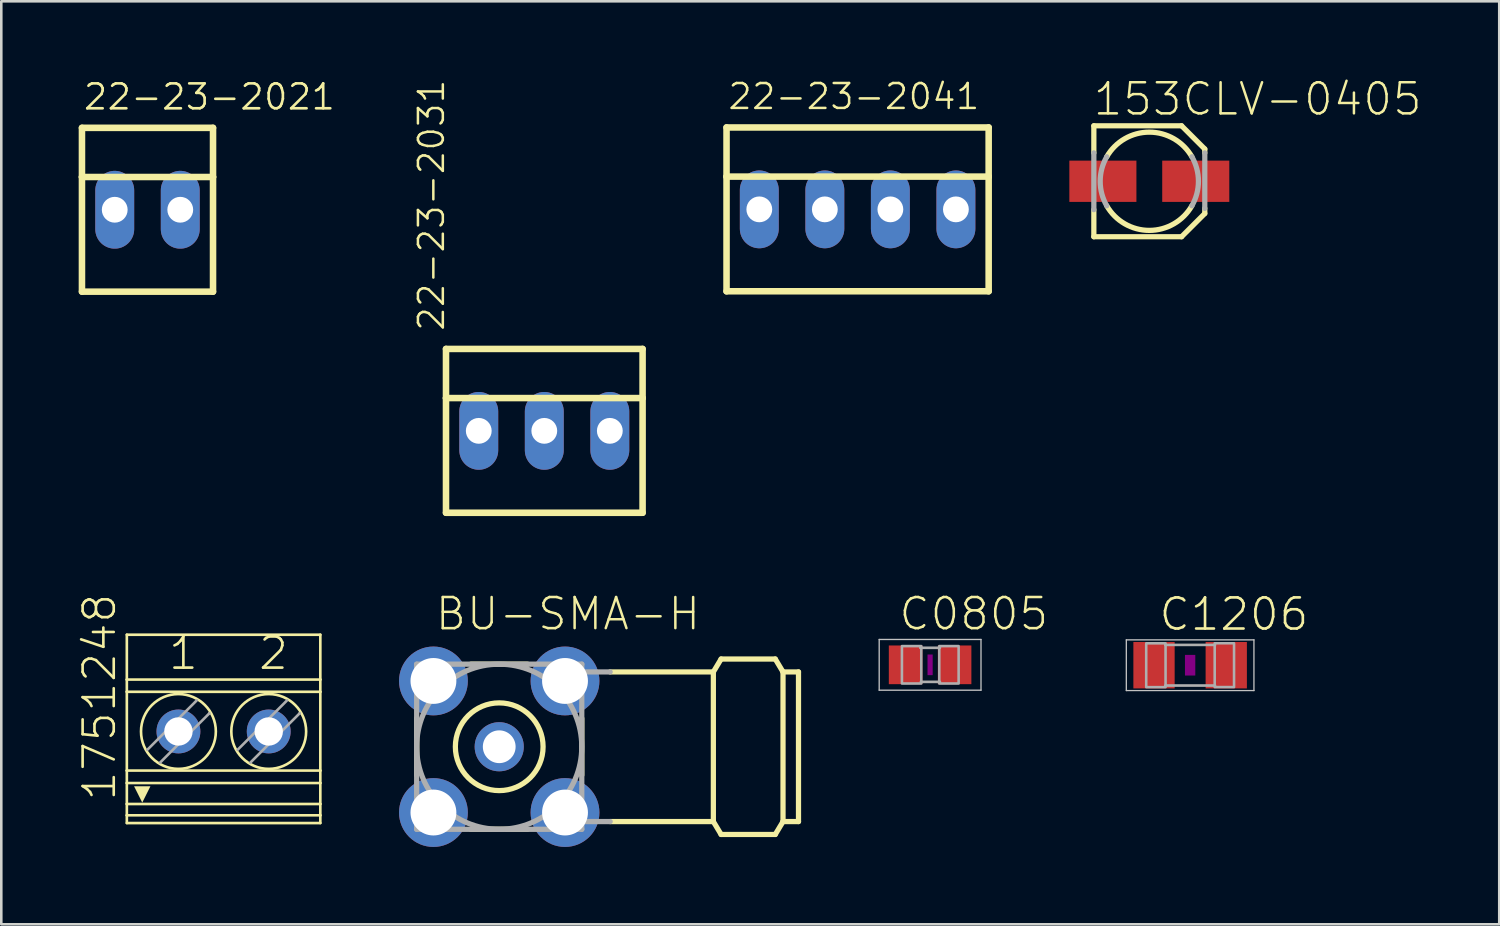
<source format=kicad_pcb>
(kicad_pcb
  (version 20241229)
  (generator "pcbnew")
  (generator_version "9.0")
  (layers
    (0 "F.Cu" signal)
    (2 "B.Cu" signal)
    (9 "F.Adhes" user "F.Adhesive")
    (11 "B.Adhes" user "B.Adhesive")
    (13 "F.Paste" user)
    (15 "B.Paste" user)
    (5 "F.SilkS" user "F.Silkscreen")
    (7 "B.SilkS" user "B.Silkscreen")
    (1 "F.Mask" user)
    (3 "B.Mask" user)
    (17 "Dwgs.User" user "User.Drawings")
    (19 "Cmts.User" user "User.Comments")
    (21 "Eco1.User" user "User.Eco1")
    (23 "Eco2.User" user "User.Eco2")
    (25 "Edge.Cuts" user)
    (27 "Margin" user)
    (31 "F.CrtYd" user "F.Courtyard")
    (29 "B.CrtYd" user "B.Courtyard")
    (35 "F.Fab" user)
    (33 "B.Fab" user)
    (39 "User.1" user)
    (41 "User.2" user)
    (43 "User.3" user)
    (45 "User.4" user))
  (footprint "C1206"
    (layer "F.Cu")
    (at 43.08 22.734)
    (property "Reference" "C1206" (at -1.27 -1.27 0) (layer "F.SilkS") (effects (font (size 1.206 1.206) (thickness 0.102)) (justify left bottom)))
    (attr through_hole)
    (fp_poly (pts (xy -0.2 0.4) (xy 0.2 0.4) (xy 0.2 -0.4) (xy -0.2 -0.4)) (stroke (width 0) (type solid)) (fill yes) (layer "F.Adhes"))
    (fp_line (start -2.473 -0.983) (end 2.473 -0.983) (stroke (width 0.051) (type solid)) (layer "Dwgs.User"))
    (fp_line (start -2.473 0.983) (end -2.473 -0.983) (stroke (width 0.051) (type solid)) (layer "Dwgs.User"))
    (fp_line (start 2.473 -0.983) (end 2.473 0.983) (stroke (width 0.051) (type solid)) (layer "Dwgs.User"))
    (fp_line (start 2.473 0.983) (end -2.473 0.983) (stroke (width 0.051) (type solid)) (layer "Dwgs.User"))
    (fp_line (start -0.965 -0.787) (end 0.965 -0.787) (stroke (width 0.102) (type solid)) (layer "F.Fab"))
    (fp_line (start -0.965 0.787) (end 0.965 0.787) (stroke (width 0.102) (type solid)) (layer "F.Fab"))
    (fp_poly (pts (xy -1.702 0.851) (xy -0.952 0.851) (xy -0.952 -0.849) (xy -1.702 -0.849)) (stroke (width 0.1) (type solid)) (fill no) (layer "F.Fab"))
    (fp_poly (pts (xy 0.952 0.849) (xy 1.702 0.849) (xy 1.702 -0.851) (xy 0.952 -0.851)) (stroke (width 0.1) (type solid)) (fill no) (layer "F.Fab"))
    (pad "1" smd rect (at -1.4 0) (size 1.6 1.8) (layers "F.Cu" "F.Mask" "F.Paste"))
    (pad "2" smd rect (at 1.4 0) (size 1.6 1.8) (layers "F.Cu" "F.Mask" "F.Paste")))
  (footprint "22-23-2031"
    (layer "F.Cu")
    (at 18.047 13.65)
    (property "Reference" "22-23-2031" (at -3.81 -3.81 90) (layer "F.SilkS") (effects (font (size 0.965 0.965) (thickness 0.097)) (justify left bottom)))
    (attr through_hole)
    (fp_line (start -3.81 -3.175) (end 3.81 -3.175) (stroke (width 0.254) (type solid)) (layer "F.SilkS"))
    (fp_line (start -3.81 -1.27) (end -3.81 -3.175) (stroke (width 0.254) (type solid)) (layer "F.SilkS"))
    (fp_line (start -3.81 -1.27) (end 3.81 -1.27) (stroke (width 0.254) (type solid)) (layer "F.SilkS"))
    (fp_line (start -3.81 3.175) (end -3.81 -1.27) (stroke (width 0.254) (type solid)) (layer "F.SilkS"))
    (fp_line (start 3.81 -3.175) (end 3.81 -1.27) (stroke (width 0.254) (type solid)) (layer "F.SilkS"))
    (fp_line (start 3.81 -1.27) (end 3.81 3.175) (stroke (width 0.254) (type solid)) (layer "F.SilkS"))
    (fp_line (start 3.81 3.175) (end -3.81 3.175) (stroke (width 0.254) (type solid)) (layer "F.SilkS"))
    (pad "1" thru_hole oval (at -2.54 0 90) (size 3.016 1.508) (drill 1) (layers "*.Cu" "*.Mask"))
    (pad "2" thru_hole oval (at 0 0 90) (size 3.016 1.508) (drill 1) (layers "*.Cu" "*.Mask"))
    (pad "3" thru_hole oval (at 2.54 0 90) (size 3.016 1.508) (drill 1) (layers "*.Cu" "*.Mask")))
  (footprint "1751248"
    (layer "F.Cu")
    (at 5.616 25.202)
    (property "Reference" "1751248" (at -4.105 2.857 90) (layer "F.SilkS") (effects (font (size 1.206 1.206) (thickness 0.102)) (justify left bottom)))
    (attr through_hole)
    (fp_line (start -3.75 -3.65) (end -3.75 -1.912) (stroke (width 0.102) (type solid)) (layer "F.SilkS"))
    (fp_line (start -3.75 -3.65) (end 3.75 -3.65) (stroke (width 0.102) (type solid)) (layer "F.SilkS"))
    (fp_line (start -3.75 -1.912) (end -3.75 -1.437) (stroke (width 0.102) (type solid)) (layer "F.SilkS"))
    (fp_line (start -3.75 -1.912) (end 3.75 -1.912) (stroke (width 0.102) (type solid)) (layer "F.SilkS"))
    (fp_line (start -3.75 1.616) (end -3.75 -1.437) (stroke (width 0.102) (type solid)) (layer "F.SilkS"))
    (fp_line (start -3.75 1.616) (end -3.75 2.099) (stroke (width 0.102) (type solid)) (layer "F.SilkS"))
    (fp_line (start -3.75 1.616) (end 3.75 1.616) (stroke (width 0.102) (type solid)) (layer "F.SilkS"))
    (fp_line (start -3.75 2.099) (end -3.75 2.911) (stroke (width 0.102) (type solid)) (layer "F.SilkS"))
    (fp_line (start -3.75 2.911) (end -3.75 3.35) (stroke (width 0.102) (type solid)) (layer "F.SilkS"))
    (fp_line (start -3.75 3.35) (end -3.75 3.65) (stroke (width 0.102) (type solid)) (layer "F.SilkS"))
    (fp_line (start -3.75 3.35) (end 3.75 3.35) (stroke (width 0.102) (type solid)) (layer "F.SilkS"))
    (fp_line (start -3.75 3.65) (end 3.75 3.65) (stroke (width 0.102) (type solid)) (layer "F.SilkS"))
    (fp_line (start -0.544 -0.611) (end -0.55 -0.605) (stroke (width 0.102) (type solid)) (layer "F.SilkS"))
    (fp_line (start 2.956 -0.611) (end 2.95 -0.605) (stroke (width 0.102) (type solid)) (layer "F.SilkS"))
    (fp_line (start 3.75 -3.65) (end 3.75 -1.912) (stroke (width 0.102) (type solid)) (layer "F.SilkS"))
    (fp_line (start 3.75 -1.437) (end -3.75 -1.437) (stroke (width 0.102) (type solid)) (layer "F.SilkS"))
    (fp_line (start 3.75 -1.437) (end 3.75 -1.912) (stroke (width 0.102) (type solid)) (layer "F.SilkS"))
    (fp_line (start 3.75 1.616) (end 3.75 -1.437) (stroke (width 0.102) (type solid)) (layer "F.SilkS"))
    (fp_line (start 3.75 1.616) (end 3.75 2.099) (stroke (width 0.102) (type solid)) (layer "F.SilkS"))
    (fp_line (start 3.75 2.099) (end -3.75 2.099) (stroke (width 0.102) (type solid)) (layer "F.SilkS"))
    (fp_line (start 3.75 2.099) (end 3.75 2.911) (stroke (width 0.102) (type solid)) (layer "F.SilkS"))
    (fp_line (start 3.75 2.911) (end -3.75 2.911) (stroke (width 0.102) (type solid)) (layer "F.SilkS"))
    (fp_line (start 3.75 2.911) (end 3.75 3.35) (stroke (width 0.102) (type solid)) (layer "F.SilkS"))
    (fp_line (start 3.75 3.35) (end 3.75 3.65) (stroke (width 0.102) (type solid)) (layer "F.SilkS"))
    (fp_circle (center -1.75 0.1) (end -0.3 0.1) (stroke (width 0.102) (type solid)) (fill no) (layer "F.SilkS"))
    (fp_circle (center 1.75 0.1) (end 3.2 0.1) (stroke (width 0.102) (type solid)) (fill no) (layer "F.SilkS"))
    (fp_poly (pts (xy -3.152 2.857) (xy -3.47 2.223) (xy -2.835 2.223)) (stroke (width 0) (type solid)) (fill yes) (layer "F.SilkS"))
    (fp_line (start -2.956 0.811) (end -1.039 -1.106) (stroke (width 0.102) (type solid)) (layer "F.Fab"))
    (fp_line (start -0.55 -0.605) (end -2.461 1.306) (stroke (width 0.102) (type solid)) (layer "F.Fab"))
    (fp_line (start 0.544 0.811) (end 2.461 -1.106) (stroke (width 0.102) (type solid)) (layer "F.Fab"))
    (fp_line (start 2.95 -0.605) (end 1.039 1.306) (stroke (width 0.102) (type solid)) (layer "F.Fab"))
    (fp_text user "2" (at 1.292 -2.223 0) (layer "F.SilkS") (effects (font (size 1.206 1.206) (thickness 0.102)) (justify left bottom)))
    (fp_text user "1" (at -2.2 -2.223 0) (layer "F.SilkS") (effects (font (size 1.206 1.206) (thickness 0.102)) (justify left bottom)))
    (pad "1" thru_hole circle (at -1.75 0.1 90) (size 1.7 1.7) (drill 1.1) (layers "*.Cu" "*.Mask"))
    (pad "2" thru_hole circle (at 1.75 0.1 90) (size 1.7 1.7) (drill 1.1) (layers "*.Cu" "*.Mask")))
  (footprint "C0805"
    (layer "F.Cu")
    (at 33.001 22.719)
    (property "Reference" "C0805" (at -1.27 -1.27 180) (layer "F.SilkS") (effects (font (size 1.206 1.206) (thickness 0.097)) (justify left bottom)))
    (attr through_hole)
    (fp_poly (pts (xy -0.1 0.4) (xy 0.1 0.4) (xy 0.1 -0.4) (xy -0.1 -0.4)) (stroke (width 0) (type solid)) (fill yes) (layer "F.Adhes"))
    (fp_line (start -1.973 -0.983) (end 1.973 -0.983) (stroke (width 0.051) (type solid)) (layer "Dwgs.User"))
    (fp_line (start -1.973 0.983) (end -1.973 -0.983) (stroke (width 0.051) (type solid)) (layer "Dwgs.User"))
    (fp_line (start 1.973 -0.983) (end 1.973 0.983) (stroke (width 0.051) (type solid)) (layer "Dwgs.User"))
    (fp_line (start 1.973 0.983) (end -1.973 0.983) (stroke (width 0.051) (type solid)) (layer "Dwgs.User"))
    (fp_line (start -0.381 -0.66) (end 0.381 -0.66) (stroke (width 0.102) (type solid)) (layer "F.Fab"))
    (fp_line (start -0.356 0.66) (end 0.381 0.66) (stroke (width 0.102) (type solid)) (layer "F.Fab"))
    (fp_poly (pts (xy -1.092 0.724) (xy -0.342 0.724) (xy -0.342 -0.726) (xy -1.092 -0.726)) (stroke (width 0.1) (type solid)) (fill no) (layer "F.Fab"))
    (fp_poly (pts (xy 0.356 0.724) (xy 1.106 0.724) (xy 1.106 -0.726) (xy 0.356 -0.726)) (stroke (width 0.1) (type solid)) (fill no) (layer "F.Fab"))
    (pad "1" smd rect (at -0.95 0) (size 1.3 1.5) (layers "F.Cu" "F.Mask" "F.Paste"))
    (pad "2" smd rect (at 0.95 0) (size 1.3 1.5) (layers "F.Cu" "F.Mask" "F.Paste")))
  (footprint "22-23-2041"
    (layer "F.Cu")
    (at 30.191 5.065)
    (property "Reference" "22-23-2041" (at -5.08 -3.81 0) (layer "F.SilkS") (effects (font (size 0.965 0.965) (thickness 0.097)) (justify left bottom)))
    (attr through_hole)
    (fp_line (start -5.08 -3.175) (end 5.08 -3.175) (stroke (width 0.254) (type solid)) (layer "F.SilkS"))
    (fp_line (start -5.08 -1.27) (end -5.08 -3.175) (stroke (width 0.254) (type solid)) (layer "F.SilkS"))
    (fp_line (start -5.08 -1.27) (end 5.08 -1.27) (stroke (width 0.254) (type solid)) (layer "F.SilkS"))
    (fp_line (start -5.08 3.175) (end -5.08 -1.27) (stroke (width 0.254) (type solid)) (layer "F.SilkS"))
    (fp_line (start 5.08 -3.175) (end 5.08 -1.27) (stroke (width 0.254) (type solid)) (layer "F.SilkS"))
    (fp_line (start 5.08 -1.27) (end 5.08 3.175) (stroke (width 0.254) (type solid)) (layer "F.SilkS"))
    (fp_line (start 5.08 3.175) (end -5.08 3.175) (stroke (width 0.254) (type solid)) (layer "F.SilkS"))
    (pad "1" thru_hole oval (at -3.81 0 90) (size 3.016 1.508) (drill 1) (layers "*.Cu" "*.Mask"))
    (pad "2" thru_hole oval (at -1.27 0 90) (size 3.016 1.508) (drill 1) (layers "*.Cu" "*.Mask"))
    (pad "3" thru_hole oval (at 1.27 0 90) (size 3.016 1.508) (drill 1) (layers "*.Cu" "*.Mask"))
    (pad "4" thru_hole oval (at 3.81 0 90) (size 3.016 1.508) (drill 1) (layers "*.Cu" "*.Mask")))
  (footprint "22-23-2021"
    (layer "F.Cu")
    (at 2.667 5.08)
    (property "Reference" "22-23-2021" (at -2.54 -3.81 0) (layer "F.SilkS") (effects (font (size 0.965 0.965) (thickness 0.102)) (justify left bottom)))
    (attr through_hole)
    (fp_line (start -2.54 -3.175) (end 2.54 -3.175) (stroke (width 0.254) (type solid)) (layer "F.SilkS"))
    (fp_line (start -2.54 -1.27) (end -2.54 -3.175) (stroke (width 0.254) (type solid)) (layer "F.SilkS"))
    (fp_line (start -2.54 -1.27) (end 2.54 -1.27) (stroke (width 0.254) (type solid)) (layer "F.SilkS"))
    (fp_line (start -2.54 3.175) (end -2.54 -1.27) (stroke (width 0.254) (type solid)) (layer "F.SilkS"))
    (fp_line (start 2.54 -3.175) (end 2.54 -1.27) (stroke (width 0.254) (type solid)) (layer "F.SilkS"))
    (fp_line (start 2.54 -1.27) (end 2.54 3.175) (stroke (width 0.254) (type solid)) (layer "F.SilkS"))
    (fp_line (start 2.54 3.175) (end -2.54 3.175) (stroke (width 0.254) (type solid)) (layer "F.SilkS"))
    (pad "1" thru_hole oval (at -1.27 0 90) (size 3.016 1.508) (drill 1) (layers "*.Cu" "*.Mask"))
    (pad "2" thru_hole oval (at 1.27 0 90) (size 3.016 1.508) (drill 1) (layers "*.Cu" "*.Mask")))
  (footprint "BU-SMA-H"
    (layer "F.Cu")
    (at 16.3 25.894)
    (property "Reference" "BU-SMA-H" (at -2.54 -4.445 0) (layer "F.SilkS") (effects (font (size 1.206 1.206) (thickness 0.097)) (justify left bottom)))
    (attr through_hole)
    (fp_line (start -3.2 1.1) (end -3.2 -1.1) (stroke (width 0.203) (type solid)) (layer "F.SilkS"))
    (fp_line (start -1.1 -3.2) (end 1.1 -3.2) (stroke (width 0.203) (type solid)) (layer "F.SilkS"))
    (fp_line (start 1.1 3.2) (end -1.1 3.2) (stroke (width 0.203) (type solid)) (layer "F.SilkS"))
    (fp_line (start 3.2 -1.1) (end 3.2 1.1) (stroke (width 0.203) (type solid)) (layer "F.SilkS"))
    (fp_line (start 4.3 -2.9) (end 8.3 -2.9) (stroke (width 0.203) (type solid)) (layer "F.SilkS"))
    (fp_line (start 4.3 2.9) (end 8.3 2.9) (stroke (width 0.203) (type solid)) (layer "F.SilkS"))
    (fp_line (start 8.3 -2.9) (end 8.6 -3.4) (stroke (width 0.203) (type solid)) (layer "F.SilkS"))
    (fp_line (start 8.3 2.9) (end 8.3 -2.9) (stroke (width 0.203) (type solid)) (layer "F.SilkS"))
    (fp_line (start 8.3 2.9) (end 8.6 3.4) (stroke (width 0.203) (type solid)) (layer "F.SilkS"))
    (fp_line (start 8.6 -3.4) (end 10.7 -3.4) (stroke (width 0.203) (type solid)) (layer "F.SilkS"))
    (fp_line (start 8.6 3.4) (end 10.7 3.4) (stroke (width 0.203) (type solid)) (layer "F.SilkS"))
    (fp_line (start 10.7 -3.4) (end 11 -2.9) (stroke (width 0.203) (type solid)) (layer "F.SilkS"))
    (fp_line (start 10.7 3.4) (end 11 2.9) (stroke (width 0.203) (type solid)) (layer "F.SilkS"))
    (fp_line (start 11 -2.9) (end 11.6 -2.9) (stroke (width 0.203) (type solid)) (layer "F.SilkS"))
    (fp_line (start 11 2.9) (end 11 -2.9) (stroke (width 0.203) (type solid)) (layer "F.SilkS"))
    (fp_line (start 11 2.9) (end 11.6 2.9) (stroke (width 0.203) (type solid)) (layer "F.SilkS"))
    (fp_line (start 11.6 2.9) (end 11.6 -2.9) (stroke (width 0.203) (type solid)) (layer "F.SilkS"))
    (fp_circle (center 0 0) (end 1.7 0) (stroke (width 0.203) (type solid)) (fill no) (layer "F.SilkS"))
    (fp_line (start -3.2 3.2) (end -3.2 -3.2) (stroke (width 0.203) (type solid)) (layer "F.Fab"))
    (fp_line (start -3.2 -3.2) (end 3.2 -3.2) (stroke (width 0.203) (type solid)) (layer "F.Fab"))
    (fp_line (start 3.2 3.2) (end -3.2 3.2) (stroke (width 0.203) (type solid)) (layer "F.Fab"))
    (fp_line (start 3.2 -3.2) (end 3.2 -2.9) (stroke (width 0.203) (type solid)) (layer "F.Fab"))
    (fp_line (start 3.2 -2.9) (end 3.2 2.9) (stroke (width 0.203) (type solid)) (layer "F.Fab"))
    (fp_line (start 3.2 -2.9) (end 4.3 -2.9) (stroke (width 0.203) (type solid)) (layer "F.Fab"))
    (fp_line (start 3.2 2.9) (end 3.2 3.2) (stroke (width 0.203) (type solid)) (layer "F.Fab"))
    (fp_line (start 3.2 2.9) (end 4.3 2.9) (stroke (width 0.203) (type solid)) (layer "F.Fab"))
    (fp_circle (center 0 0) (end 3.2 0) (stroke (width 0.203) (type solid)) (fill no) (layer "F.Fab"))
    (pad "1" thru_hole circle (at 0 0) (size 1.905 1.905) (drill 1.27) (layers "*.Cu" "*.Mask"))
    (pad "2" thru_hole circle (at -2.55 -2.55) (size 2.667 2.667) (drill 1.778) (layers "*.Cu" "*.Mask"))
    (pad "3" thru_hole circle (at 2.55 -2.55) (size 2.667 2.667) (drill 1.778) (layers "*.Cu" "*.Mask"))
    (pad "4" thru_hole circle (at 2.55 2.55) (size 2.667 2.667) (drill 1.778) (layers "*.Cu" "*.Mask"))
    (pad "5" thru_hole circle (at -2.55 2.55) (size 2.667 2.667) (drill 1.778) (layers "*.Cu" "*.Mask")))
  (footprint "153CLV-0405"
    (layer "F.Cu")
    (at 41.498 3.976)
    (property "Reference" "153CLV-0405" (at -2.24 -2.48 0) (layer "F.SilkS") (effects (font (size 1.206 1.206) (thickness 0.097)) (justify left bottom)))
    (attr through_hole)
    (fp_line (start -2.15 -2.15) (end 1.25 -2.15) (stroke (width 0.203) (type solid)) (layer "F.SilkS"))
    (fp_line (start -2.15 -1.1) (end -2.15 -2.15) (stroke (width 0.203) (type solid)) (layer "F.SilkS"))
    (fp_line (start -2.15 2.15) (end -2.15 1.1) (stroke (width 0.203) (type solid)) (layer "F.SilkS"))
    (fp_line (start 1.25 -2.15) (end 2.15 -1.25) (stroke (width 0.203) (type solid)) (layer "F.SilkS"))
    (fp_line (start 1.25 2.15) (end -2.15 2.15) (stroke (width 0.203) (type solid)) (layer "F.SilkS"))
    (fp_line (start 2.15 -1.25) (end 2.15 -1.1) (stroke (width 0.203) (type solid)) (layer "F.SilkS"))
    (fp_line (start 2.15 1.05) (end 2.15 1.25) (stroke (width 0.203) (type solid)) (layer "F.SilkS"))
    (fp_line (start 2.15 1.25) (end 1.25 2.15) (stroke (width 0.203) (type solid)) (layer "F.SilkS"))
    (fp_arc (start -1.65 -0.95) (mid 0 -1.903943) (end 1.65 -0.95) (stroke (width 0.2032) (type solid)) (layer "F.SilkS"))
    (fp_arc (start 1.65 0.95) (mid 0 1.903943) (end -1.65 0.95) (stroke (width 0.2032) (type solid)) (layer "F.SilkS"))
    (fp_line (start -2.15 1.1) (end -2.15 -1.1) (stroke (width 0.203) (type solid)) (layer "F.Fab"))
    (fp_line (start 2.15 -1.1) (end 2.15 1.05) (stroke (width 0.203) (type solid)) (layer "F.Fab"))
    (fp_arc (start -1.65 0.95) (mid -1.903943 0) (end -1.65 -0.95) (stroke (width 0.2032) (type solid)) (layer "F.Fab"))
    (fp_arc (start 1.65 -0.95) (mid 1.903943 0) (end 1.65 0.95) (stroke (width 0.2032) (type solid)) (layer "F.Fab"))
    (pad "+" smd rect (at 1.8 0) (size 2.6 1.6) (layers "F.Cu" "F.Mask" "F.Paste"))
    (pad "-" smd rect (at -1.8 0) (size 2.6 1.6) (layers "F.Cu" "F.Mask" "F.Paste")))
  (gr_rect
    (start -3 -3)
    (end 55.061 32.777)
    (stroke (width 0.1) (type default))
    (fill no)
    (layer "Edge.Cuts")))
</source>
